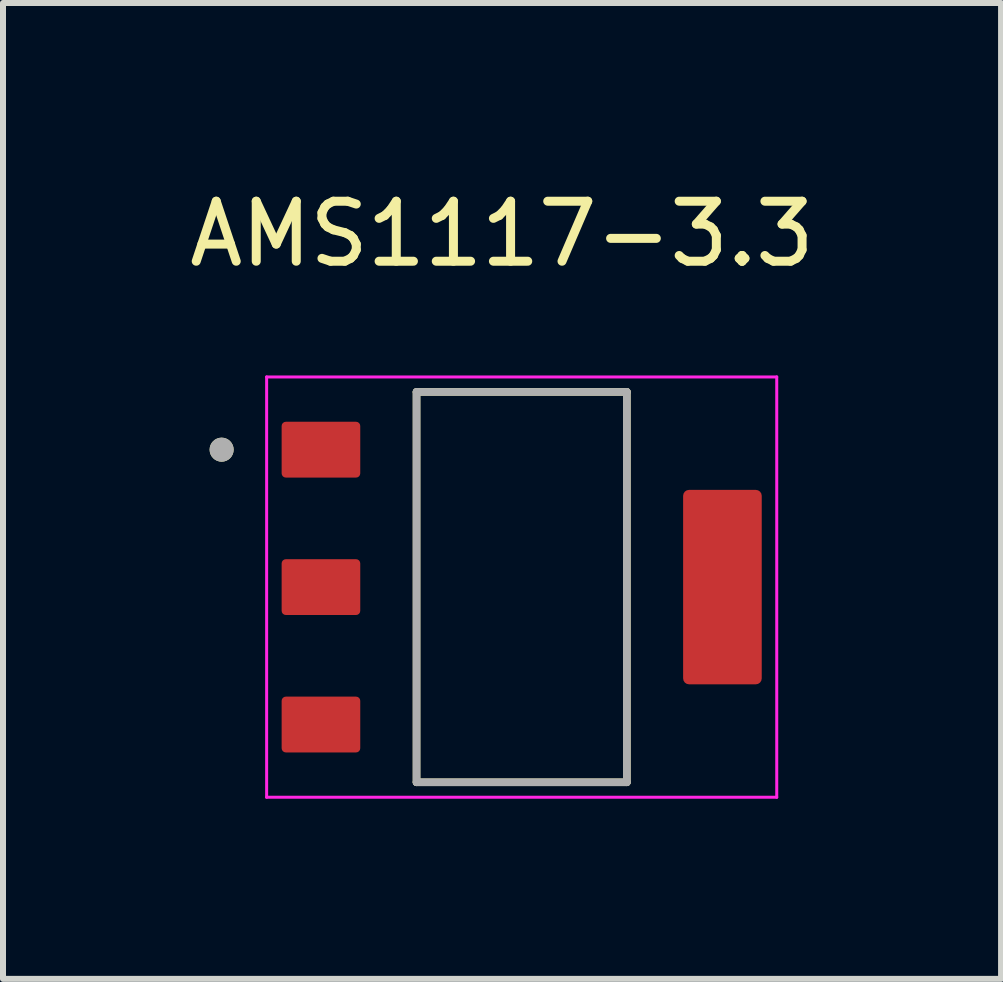
<source format=kicad_pcb>
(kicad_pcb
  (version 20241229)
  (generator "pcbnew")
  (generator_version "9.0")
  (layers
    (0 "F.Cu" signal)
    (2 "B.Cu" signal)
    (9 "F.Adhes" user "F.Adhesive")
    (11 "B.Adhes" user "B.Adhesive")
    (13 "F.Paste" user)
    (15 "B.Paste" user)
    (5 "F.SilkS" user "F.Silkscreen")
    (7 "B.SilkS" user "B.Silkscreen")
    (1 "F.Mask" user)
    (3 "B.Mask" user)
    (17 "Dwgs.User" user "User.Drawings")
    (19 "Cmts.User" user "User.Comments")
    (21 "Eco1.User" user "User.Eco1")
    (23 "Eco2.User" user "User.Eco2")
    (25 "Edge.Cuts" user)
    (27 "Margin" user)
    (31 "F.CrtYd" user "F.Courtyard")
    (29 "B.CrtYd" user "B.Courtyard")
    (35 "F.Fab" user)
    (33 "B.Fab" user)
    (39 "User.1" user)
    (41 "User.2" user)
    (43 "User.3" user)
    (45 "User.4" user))
  (footprint "AMS1117-3.3"
    (layer "F.Cu")
    (at 5.643 6.733)
    (property "Reference" "AMS1117-3.3" (at -0.328 -5.885 0) (layer "F.SilkS") (effects (font (size 1 1) (thickness 0.15))))
    (attr smd)
    (fp_line (start -1.752 -3.252) (end 1.752 -3.252) (stroke (width 0.127) (type solid)) (layer "F.SilkS"))
    (fp_line (start -1.752 3.252) (end -1.752 -3.252) (stroke (width 0.127) (type solid)) (layer "F.SilkS"))
    (fp_line (start 1.752 -3.252) (end 1.752 3.252) (stroke (width 0.127) (type solid)) (layer "F.SilkS"))
    (fp_line (start 1.752 3.252) (end -1.752 3.252) (stroke (width 0.127) (type solid)) (layer "F.SilkS"))
    (fp_circle (center -5 -2.29) (end -4.9 -2.29) (stroke (width 0.2) (type solid)) (fill no) (layer "F.SilkS"))
    (fp_line (start -4.25 -3.502) (end -4.25 3.502) (stroke (width 0.05) (type solid)) (layer "F.CrtYd"))
    (fp_line (start -4.25 3.502) (end 4.25 3.502) (stroke (width 0.05) (type solid)) (layer "F.CrtYd"))
    (fp_line (start 4.25 -3.502) (end -4.25 -3.502) (stroke (width 0.05) (type solid)) (layer "F.CrtYd"))
    (fp_line (start 4.25 3.502) (end 4.25 -3.502) (stroke (width 0.05) (type solid)) (layer "F.CrtYd"))
    (fp_line (start -1.752 -3.252) (end 1.752 -3.252) (stroke (width 0.127) (type solid)) (layer "F.Fab"))
    (fp_line (start -1.752 3.252) (end -1.752 -3.252) (stroke (width 0.127) (type solid)) (layer "F.Fab"))
    (fp_line (start 1.752 -3.252) (end 1.752 3.252) (stroke (width 0.127) (type solid)) (layer "F.Fab"))
    (fp_line (start 1.752 3.252) (end -1.752 3.252) (stroke (width 0.127) (type solid)) (layer "F.Fab"))
    (fp_circle (center -5 -2.29) (end -4.9 -2.29) (stroke (width 0.2) (type solid)) (fill no) (layer "F.Fab"))
    (pad "1" smd roundrect (at -3.345 -2.29) (size 1.31 0.93) (layers "F.Cu" "F.Mask" "F.Paste") (roundrect_rratio 0.075))
    (pad "2" smd roundrect (at -3.345 0) (size 1.31 0.93) (layers "F.Cu" "F.Mask" "F.Paste") (roundrect_rratio 0.075))
    (pad "3" smd roundrect (at -3.345 2.29) (size 1.31 0.93) (layers "F.Cu" "F.Mask" "F.Paste") (roundrect_rratio 0.075))
    (pad "4" smd roundrect (at 3.345 0) (size 1.31 3.24) (layers "F.Cu" "F.Mask" "F.Paste") (roundrect_rratio 0.075)))
  (gr_rect
    (start -3 -3)
    (end 13.631 13.261)
    (stroke (width 0.1) (type default))
    (fill no)
    (layer "Edge.Cuts")))
</source>
